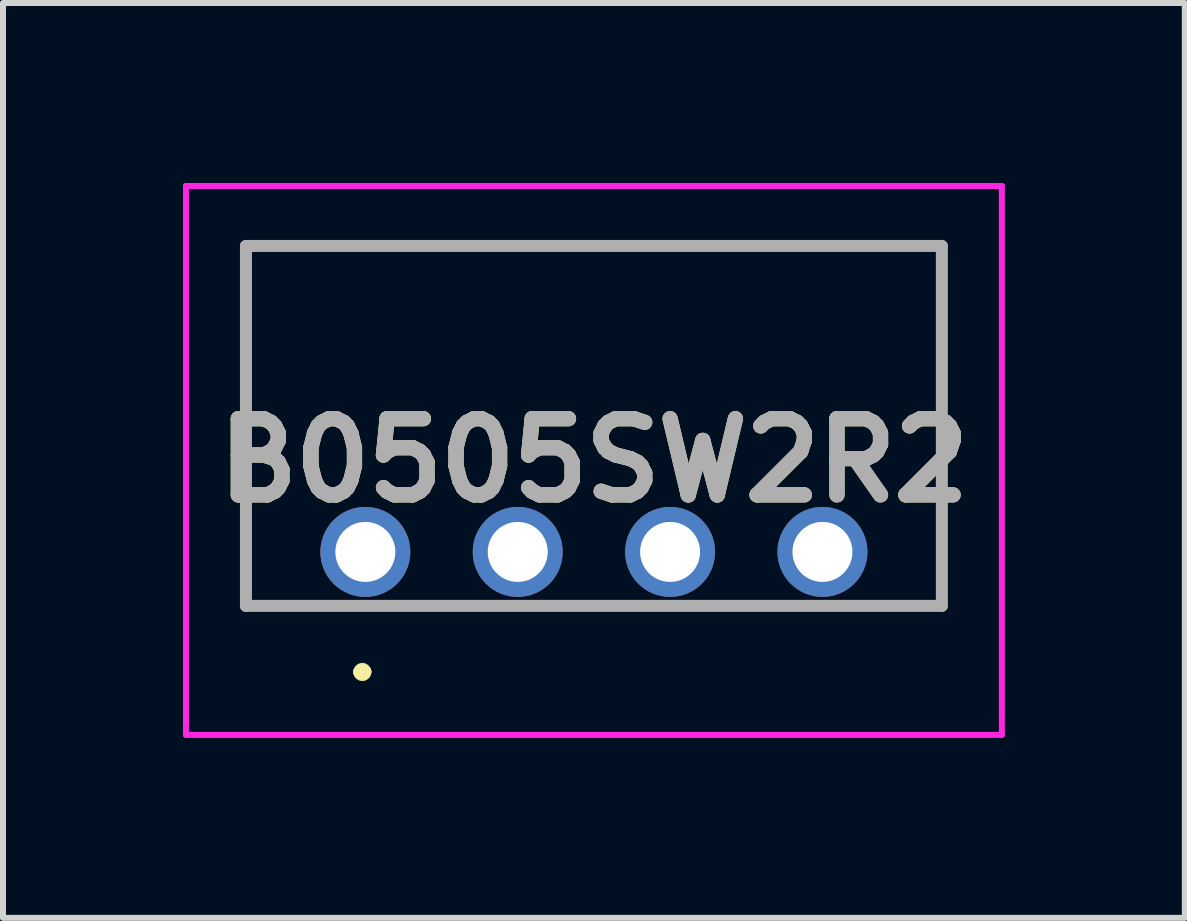
<source format=kicad_pcb>
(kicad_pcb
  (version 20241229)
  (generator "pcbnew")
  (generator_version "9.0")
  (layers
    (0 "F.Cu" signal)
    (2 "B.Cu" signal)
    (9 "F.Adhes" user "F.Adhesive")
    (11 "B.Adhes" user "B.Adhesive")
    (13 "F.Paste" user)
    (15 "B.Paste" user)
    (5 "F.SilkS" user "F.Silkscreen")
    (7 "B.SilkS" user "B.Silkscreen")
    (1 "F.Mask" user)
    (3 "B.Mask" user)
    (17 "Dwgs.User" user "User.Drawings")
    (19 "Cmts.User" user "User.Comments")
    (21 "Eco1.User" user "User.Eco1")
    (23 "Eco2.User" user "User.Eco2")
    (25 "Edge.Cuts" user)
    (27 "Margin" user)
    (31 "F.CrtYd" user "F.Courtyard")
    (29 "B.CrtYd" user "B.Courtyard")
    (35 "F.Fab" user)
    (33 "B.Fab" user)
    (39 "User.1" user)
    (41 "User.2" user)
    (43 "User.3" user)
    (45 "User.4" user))
  (footprint "B0505SW2R2"
    (layer "F.Cu")
    (at 3.04 6.15)
    (property "Reference" "B0505SW2R2" (at 3.81 -1.525 0) (layer "F.SilkS") (effects (font (size 1.27 1.27) (thickness 0.254))))
    (attr through_hole)
    (fp_line (start -1.99 -5.1) (end -1.99 -5.1) (stroke (width 0.1) (type solid)) (layer "F.SilkS"))
    (fp_line (start -1.99 -5.1) (end -1.99 -5.1) (stroke (width 0.1) (type solid)) (layer "F.SilkS"))
    (fp_line (start -1.99 -5.1) (end -1.99 0.9) (stroke (width 0.1) (type solid)) (layer "F.SilkS"))
    (fp_line (start -1.99 -5.1) (end 9.61 -5.1) (stroke (width 0.1) (type solid)) (layer "F.SilkS"))
    (fp_line (start -1.99 0.9) (end -1.99 -5.1) (stroke (width 0.1) (type solid)) (layer "F.SilkS"))
    (fp_line (start -1.99 0.9) (end -1.99 0.9) (stroke (width 0.1) (type solid)) (layer "F.SilkS"))
    (fp_line (start -0.1 2) (end -0.1 2) (stroke (width 0.2) (type solid)) (layer "F.SilkS"))
    (fp_line (start -0.1 2) (end -0.1 2) (stroke (width 0.2) (type solid)) (layer "F.SilkS"))
    (fp_line (start 0 2) (end 0 2) (stroke (width 0.2) (type solid)) (layer "F.SilkS"))
    (fp_line (start 9.61 -5.1) (end -1.99 -5.1) (stroke (width 0.1) (type solid)) (layer "F.SilkS"))
    (fp_line (start 9.61 -5.1) (end 9.61 -5.1) (stroke (width 0.1) (type solid)) (layer "F.SilkS"))
    (fp_line (start 9.61 -5.1) (end 9.61 -5.1) (stroke (width 0.1) (type solid)) (layer "F.SilkS"))
    (fp_line (start 9.61 -5.1) (end 9.61 0.9) (stroke (width 0.1) (type solid)) (layer "F.SilkS"))
    (fp_line (start 9.61 0.9) (end 9.61 -5.1) (stroke (width 0.1) (type solid)) (layer "F.SilkS"))
    (fp_line (start 9.61 0.9) (end 9.61 0.9) (stroke (width 0.1) (type solid)) (layer "F.SilkS"))
    (fp_arc (start -0.1 2) (mid -0.05 1.95) (end 0 2) (stroke (width 0.2) (type solid)) (layer "F.SilkS"))
    (fp_arc (start 0 2) (mid -0.05 2.05) (end -0.1 2) (stroke (width 0.2) (type solid)) (layer "F.SilkS"))
    (fp_arc (start 0 2) (mid -0.05 2.05) (end -0.1 2) (stroke (width 0.2) (type solid)) (layer "F.SilkS"))
    (fp_line (start -2.99 -6.1) (end 10.61 -6.1) (stroke (width 0.1) (type solid)) (layer "F.CrtYd"))
    (fp_line (start -2.99 3.05) (end -2.99 -6.1) (stroke (width 0.1) (type solid)) (layer "F.CrtYd"))
    (fp_line (start 10.61 -6.1) (end 10.61 3.05) (stroke (width 0.1) (type solid)) (layer "F.CrtYd"))
    (fp_line (start 10.61 3.05) (end -2.99 3.05) (stroke (width 0.1) (type solid)) (layer "F.CrtYd"))
    (fp_line (start -1.99 -5.1) (end -1.99 0.9) (stroke (width 0.2) (type solid)) (layer "F.Fab"))
    (fp_line (start -1.99 0.9) (end 9.61 0.9) (stroke (width 0.2) (type solid)) (layer "F.Fab"))
    (fp_line (start 9.61 -5.1) (end -1.99 -5.1) (stroke (width 0.2) (type solid)) (layer "F.Fab"))
    (fp_line (start 9.61 0.9) (end 9.61 -5.1) (stroke (width 0.2) (type solid)) (layer "F.Fab"))
    (fp_text user "${REFERENCE}" (at 3.81 -1.525 0) (layer "F.Fab") (effects (font (size 1.27 1.27) (thickness 0.254))))
    (pad "1" thru_hole circle (at 0 0) (size 1.5 1.5) (drill 1) (layers "*.Cu" "*.Mask"))
    (pad "2" thru_hole circle (at 2.54 0) (size 1.5 1.5) (drill 1) (layers "*.Cu" "*.Mask"))
    (pad "3" thru_hole circle (at 5.08 0) (size 1.5 1.5) (drill 1) (layers "*.Cu" "*.Mask"))
    (pad "4" thru_hole circle (at 7.62 0) (size 1.5 1.5) (drill 1) (layers "*.Cu" "*.Mask")))
  (gr_rect
    (start -3 -3)
    (end 16.7 12.25)
    (stroke (width 0.1) (type default))
    (fill no)
    (layer "Edge.Cuts")))
</source>
